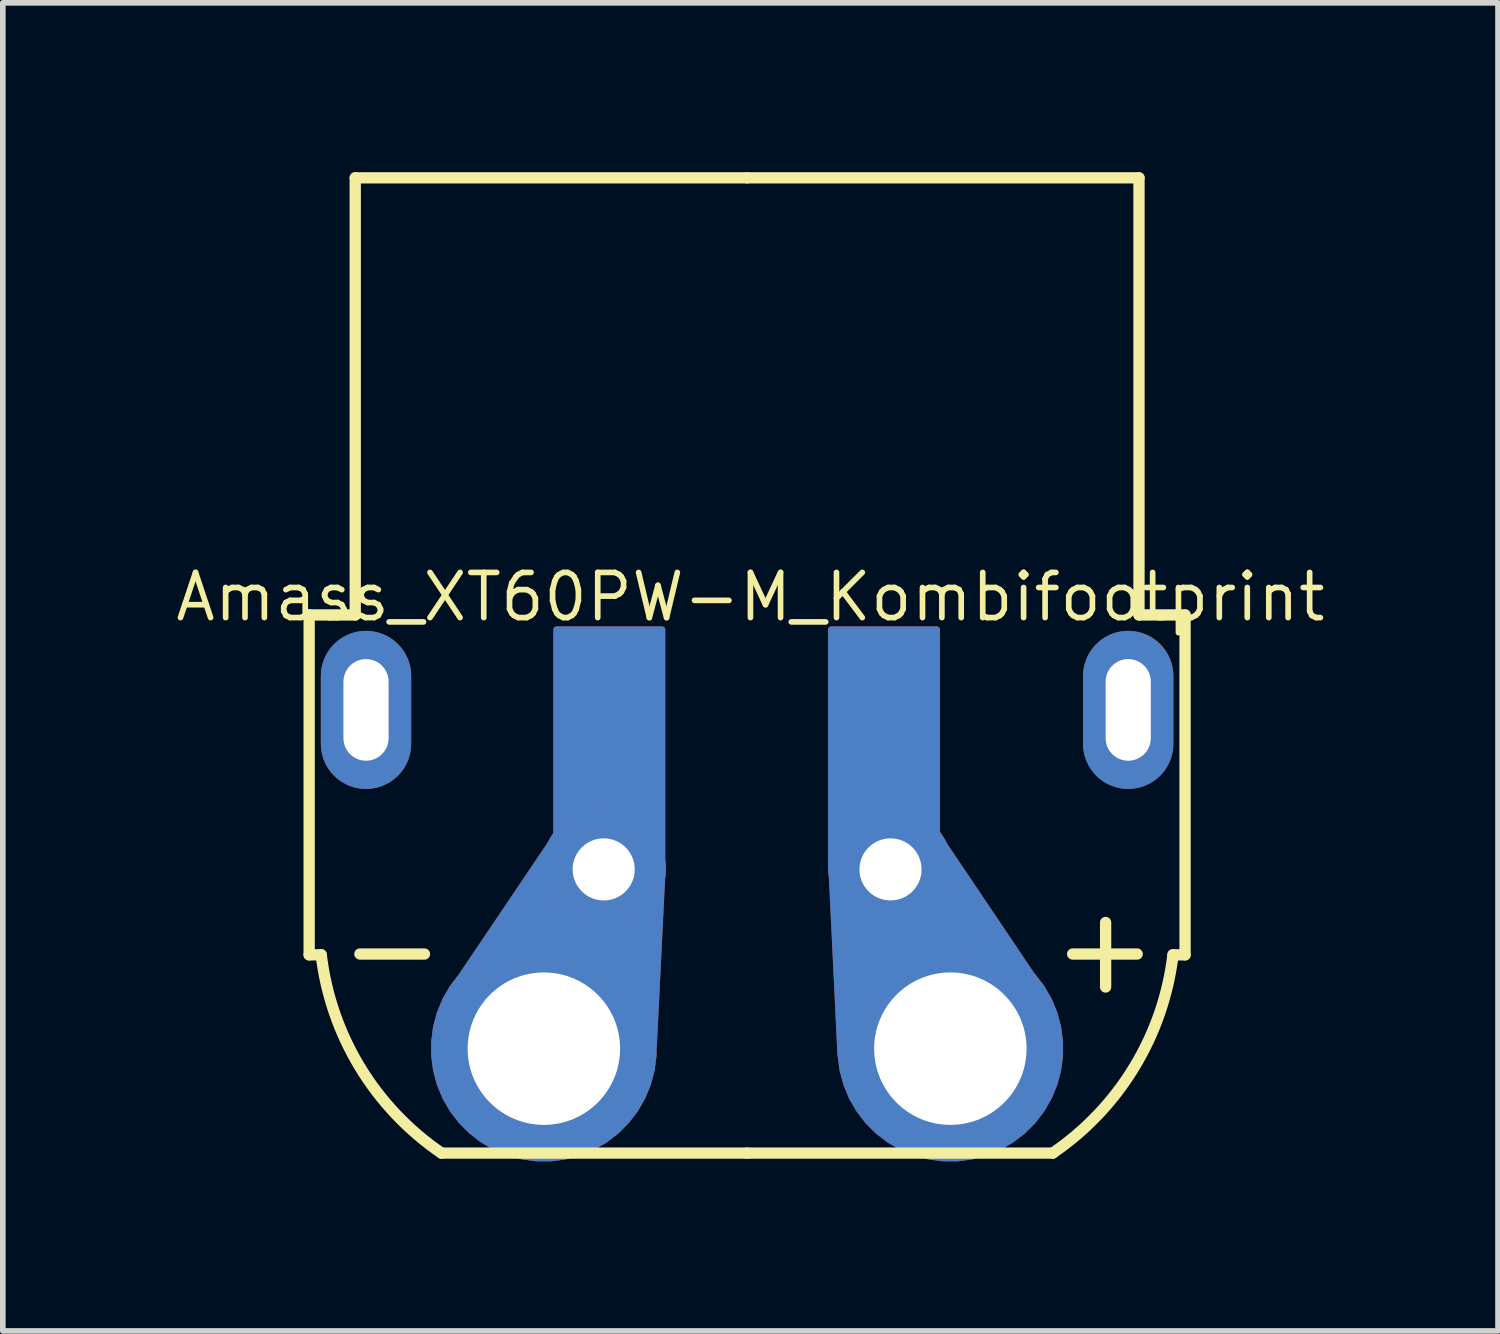
<source format=kicad_pcb>
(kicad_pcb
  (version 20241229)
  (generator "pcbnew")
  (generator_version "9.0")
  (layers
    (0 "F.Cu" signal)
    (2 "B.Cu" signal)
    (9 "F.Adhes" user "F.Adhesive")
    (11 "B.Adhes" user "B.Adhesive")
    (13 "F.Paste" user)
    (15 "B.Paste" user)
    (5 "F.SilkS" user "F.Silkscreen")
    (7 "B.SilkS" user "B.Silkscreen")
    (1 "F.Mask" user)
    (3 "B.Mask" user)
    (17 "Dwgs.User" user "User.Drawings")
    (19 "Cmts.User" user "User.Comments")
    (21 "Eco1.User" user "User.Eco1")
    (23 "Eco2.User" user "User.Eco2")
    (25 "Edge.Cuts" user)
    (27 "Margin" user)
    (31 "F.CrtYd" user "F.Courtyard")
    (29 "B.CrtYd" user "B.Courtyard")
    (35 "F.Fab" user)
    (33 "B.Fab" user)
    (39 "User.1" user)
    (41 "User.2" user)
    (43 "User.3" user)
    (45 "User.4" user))
  (footprint "Amass_XT60PW-M_Kombifootprint"
    (layer "F.Cu")
    (at 10.183 15.524)
    (property "Reference" "Amass_XT60PW-M_Kombifootprint" (at 0.059 -8 0) (layer "F.SilkS") (effects (font (size 0.8 0.8) (thickness 0.1))))
    (attr through_hole)
    (fp_line (start -7.757 -7.682) (end -7.757 -1.662) (stroke (width 0.2) (type solid)) (layer "F.SilkS"))
    (fp_line (start -7.757 -1.662) (end -7.543 -1.662) (stroke (width 0.2) (type solid)) (layer "F.SilkS"))
    (fp_line (start -6.941 -15.424) (end -6.941 -7.682) (stroke (width 0.2) (type solid)) (layer "F.SilkS"))
    (fp_line (start -6.941 -15.424) (end 0 -15.424) (stroke (width 0.2) (type solid)) (layer "F.SilkS"))
    (fp_line (start -6.941 -7.682) (end -7.757 -7.682) (stroke (width 0.2) (type solid)) (layer "F.SilkS"))
    (fp_line (start -6.858 -1.676) (end -5.715 -1.676) (stroke (width 0.2) (type solid)) (layer "F.SilkS"))
    (fp_line (start -5.413 1.85) (end 0 1.85) (stroke (width 0.2) (type solid)) (layer "F.SilkS"))
    (fp_line (start 5.413 1.85) (end 0 1.85) (stroke (width 0.2) (type solid)) (layer "F.SilkS"))
    (fp_line (start 5.766 -1.676) (end 6.909 -1.676) (stroke (width 0.2) (type solid)) (layer "F.SilkS"))
    (fp_line (start 6.35 -1.092) (end 6.35 -2.235) (stroke (width 0.2) (type solid)) (layer "F.SilkS"))
    (fp_line (start 6.941 -15.424) (end 0 -15.424) (stroke (width 0.2) (type solid)) (layer "F.SilkS"))
    (fp_line (start 6.941 -15.424) (end 6.941 -7.682) (stroke (width 0.2) (type solid)) (layer "F.SilkS"))
    (fp_line (start 6.941 -7.682) (end 7.757 -7.682) (stroke (width 0.2) (type solid)) (layer "F.SilkS"))
    (fp_line (start 7.757 -7.682) (end 7.757 -1.662) (stroke (width 0.2) (type solid)) (layer "F.SilkS"))
    (fp_line (start 7.757 -1.662) (end 7.543 -1.662) (stroke (width 0.2) (type solid)) (layer "F.SilkS"))
    (fp_arc (start -5.413054 1.85) (mid -6.858863 0.324953) (end -7.543269 -1.661935) (stroke (width 0.2) (type solid)) (layer "F.SilkS"))
    (fp_arc (start 7.543269 -1.661935) (mid 6.858863 0.324952) (end 5.413054 1.85) (stroke (width 0.2) (type solid)) (layer "F.SilkS"))
    (pad "" thru_hole oval (at -6.75 -6) (size 1.6 2.8) (drill oval 0.8 1.8) (layers "*.Cu" "*.Mask"))
    (pad "" thru_hole oval (at 6.75 -6) (size 1.6 2.8) (drill oval 0.8 1.8) (layers "*.Cu" "*.Mask"))
    (pad "1" thru_hole custom (at -3.6 0) (size 4 4) (drill 2.7) (layers "*.Cu" "*.Mask") (options (anchor circle)) (primitives (gr_poly (pts (xy -1.861 0) (xy 1.949 0) (xy 2.104 -3.147) (xy 1.695 -3.937) (xy 1.441 -4.064) (xy 0.107 -3.619) (xy -1.734 -0.889)) (width 0.1) (fill yes)) (gr_poly (pts (xy 0.218 -3.175) (xy 0.218 -7.429) (xy 2.1 -7.429) (xy 2.1 -3.175)) (width 0.1) (fill yes))))
    (pad "1" thru_hole circle (at -2.54 -3.175) (size 2.2 2.2) (drill 1.1) (layers "*.Cu" "*.Mask"))
    (pad "2" thru_hole circle (at 2.54 -3.175) (size 2.2 2.2) (drill 1.1) (layers "*.Cu" "*.Mask"))
    (pad "2" thru_hole custom (at 3.6 0) (size 4 4) (drill 2.7) (layers "*.Cu" "*.Mask") (options (anchor circle)) (primitives (gr_poly (pts (xy -1.949 0.127) (xy -2.109 -3.188) (xy -1.504 -4.064) (xy -0.552 -4.064) (xy -0.199 -3.752) (xy 1.447 -1.306)) (width 0.1) (fill yes)) (gr_poly (pts (xy -2.117 -3.175) (xy -2.117 -7.429) (xy -0.234 -7.429) (xy -0.234 -3.175)) (width 0.1) (fill yes)))))
  (gr_rect
    (start -3 -3)
    (end 23.483 20.524)
    (stroke (width 0.1) (type default))
    (fill no)
    (layer "Edge.Cuts")))
</source>
